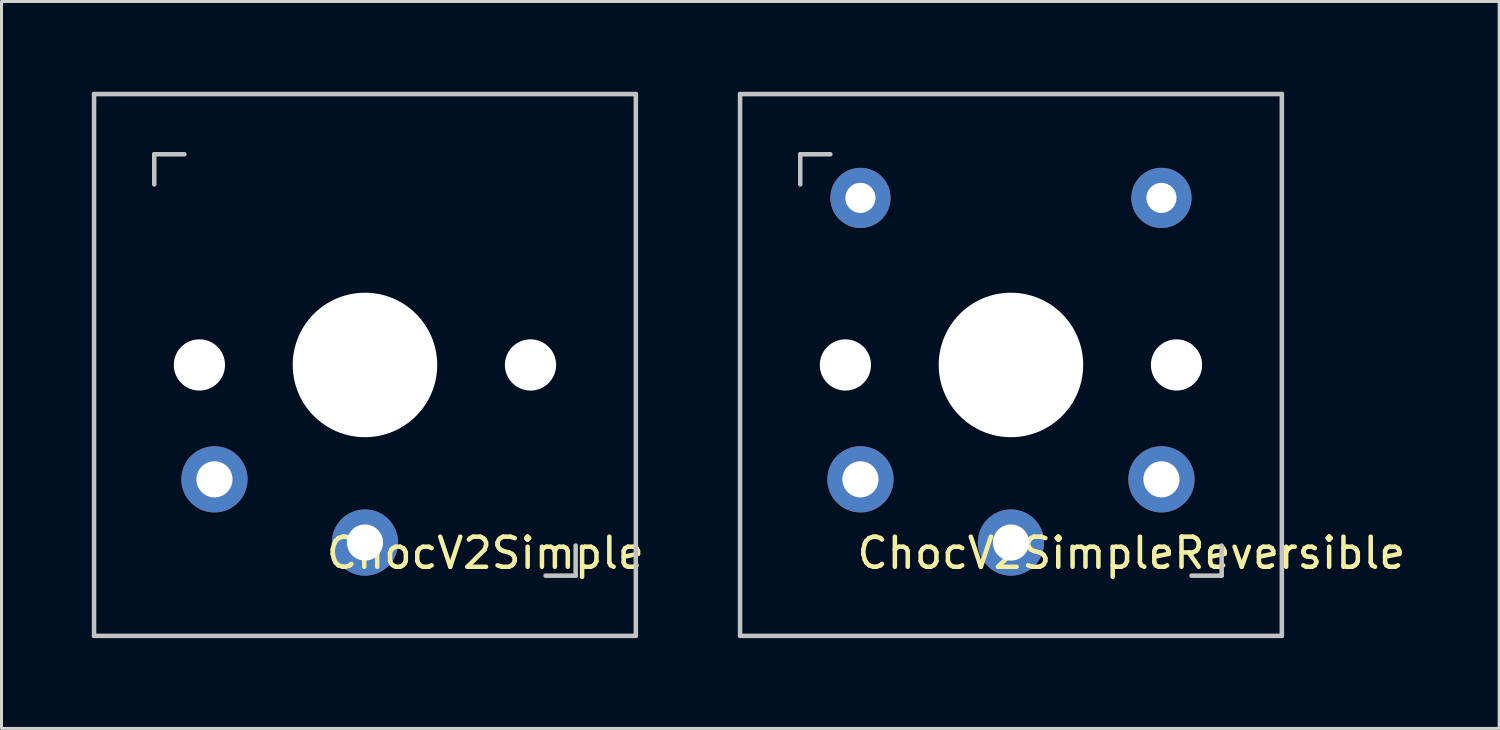
<source format=kicad_pcb>
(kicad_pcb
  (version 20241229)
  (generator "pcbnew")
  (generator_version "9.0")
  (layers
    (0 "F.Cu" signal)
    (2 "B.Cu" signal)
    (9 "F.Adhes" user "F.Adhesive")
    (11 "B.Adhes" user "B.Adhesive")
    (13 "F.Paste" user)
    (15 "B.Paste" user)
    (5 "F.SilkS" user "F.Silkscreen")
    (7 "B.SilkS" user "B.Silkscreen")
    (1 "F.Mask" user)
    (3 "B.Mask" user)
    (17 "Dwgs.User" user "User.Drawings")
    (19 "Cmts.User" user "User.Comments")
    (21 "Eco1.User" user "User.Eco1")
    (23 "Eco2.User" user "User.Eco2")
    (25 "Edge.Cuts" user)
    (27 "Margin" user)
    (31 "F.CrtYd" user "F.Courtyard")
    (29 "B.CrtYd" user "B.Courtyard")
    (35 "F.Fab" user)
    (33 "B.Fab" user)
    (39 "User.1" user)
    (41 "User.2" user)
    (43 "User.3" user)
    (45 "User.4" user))
  (footprint "ChocV2Simple"
    (layer "F.Cu")
    (at 9.075 9.075)
    (property "Reference" "ChocV2Simple" (at 4 6.25 180) (layer "F.SilkS") (effects (font (size 1 1) (thickness 0.15))))
    (attr through_hole)
    (fp_line (start -9 -9) (end 9 -9) (stroke (width 0.15) (type solid)) (layer "Dwgs.User"))
    (fp_line (start -9 9) (end -9 -9) (stroke (width 0.15) (type solid)) (layer "Dwgs.User"))
    (fp_line (start -7 -7) (end -6 -7) (stroke (width 0.15) (type solid)) (layer "Dwgs.User"))
    (fp_line (start -7 -6) (end -7 -7) (stroke (width 0.15) (type solid)) (layer "Dwgs.User"))
    (fp_line (start 6 7) (end 7 7) (stroke (width 0.15) (type solid)) (layer "Dwgs.User"))
    (fp_line (start 7 7) (end 7 6) (stroke (width 0.15) (type solid)) (layer "Dwgs.User"))
    (fp_line (start 9 -9) (end 9 9) (stroke (width 0.15) (type solid)) (layer "Dwgs.User"))
    (fp_line (start 9 9) (end -9 9) (stroke (width 0.15) (type solid)) (layer "Dwgs.User"))
    (pad "" np_thru_hole circle (at -5.5 0 90) (size 1.702 1.702) (drill 1.702) (layers "*.Cu" "*.Mask"))
    (pad "" smd rect (at 0 -4.93) (size 5.5 2.95) (layers "Eco1.User"))
    (pad "" np_thru_hole circle (at 0 0 90) (size 4.8 4.8) (drill 4.8) (layers "*.Cu" "*.Mask"))
    (pad "" np_thru_hole circle (at 5.5 0 90) (size 1.702 1.702) (drill 1.702) (layers "*.Cu" "*.Mask"))
    (pad "1" thru_hole circle (at 0 5.9) (size 2.2 2.2) (drill 1.2) (layers "*.Cu" "B.Mask"))
    (pad "2" thru_hole circle (at -5 3.8) (size 2.2 2.2) (drill 1.2) (layers "*.Cu" "B.Mask")))
  (footprint "ChocV2SimpleReversible"
    (layer "F.Cu")
    (at 30.537 9.075)
    (property "Reference" "ChocV2SimpleReversible" (at 4 6.25 180) (layer "F.SilkS") (effects (font (size 1 1) (thickness 0.15))))
    (attr through_hole)
    (fp_line (start -9 -9) (end 9 -9) (stroke (width 0.15) (type solid)) (layer "Dwgs.User"))
    (fp_line (start -9 9) (end -9 -9) (stroke (width 0.15) (type solid)) (layer "Dwgs.User"))
    (fp_line (start -7 -7) (end -6 -7) (stroke (width 0.15) (type solid)) (layer "Dwgs.User"))
    (fp_line (start -7 -6) (end -7 -7) (stroke (width 0.15) (type solid)) (layer "Dwgs.User"))
    (fp_line (start 6 7) (end 7 7) (stroke (width 0.15) (type solid)) (layer "Dwgs.User"))
    (fp_line (start 7 7) (end 7 6) (stroke (width 0.15) (type solid)) (layer "Dwgs.User"))
    (fp_line (start 9 -9) (end 9 9) (stroke (width 0.15) (type solid)) (layer "Dwgs.User"))
    (fp_line (start 9 9) (end -9 9) (stroke (width 0.15) (type solid)) (layer "Dwgs.User"))
    (pad "" np_thru_hole circle (at -5.5 0 90) (size 1.702 1.702) (drill 1.702) (layers "*.Cu" "*.Mask"))
    (pad "" thru_hole circle (at -5 -5.55) (size 2 2) (drill 1) (layers "*.Cu" "B.Mask"))
    (pad "" smd rect (at 0 -4.93) (size 5.5 2.95) (layers "Eco1.User"))
    (pad "" np_thru_hole circle (at 0 0 90) (size 4.8 4.8) (drill 4.8) (layers "*.Cu" "*.Mask"))
    (pad "" thru_hole circle (at 5 -5.55) (size 2 2) (drill 1) (layers "*.Cu" "B.Mask"))
    (pad "" np_thru_hole circle (at 5.5 0 90) (size 1.702 1.702) (drill 1.702) (layers "*.Cu" "*.Mask"))
    (pad "1" thru_hole circle (at 0 5.9) (size 2.2 2.2) (drill 1.2) (layers "*.Cu" "B.Mask"))
    (pad "2" thru_hole circle (at -5 3.8) (size 2.2 2.2) (drill 1.2) (layers "*.Cu" "B.Mask"))
    (pad "3" thru_hole circle (at 5 3.8) (size 2.2 2.2) (drill 1.2) (layers "*.Cu" "B.Mask")))
  (gr_rect
    (start -3 -3)
    (end 46.757 21.15)
    (stroke (width 0.1) (type default))
    (fill no)
    (layer "Edge.Cuts")))
</source>
